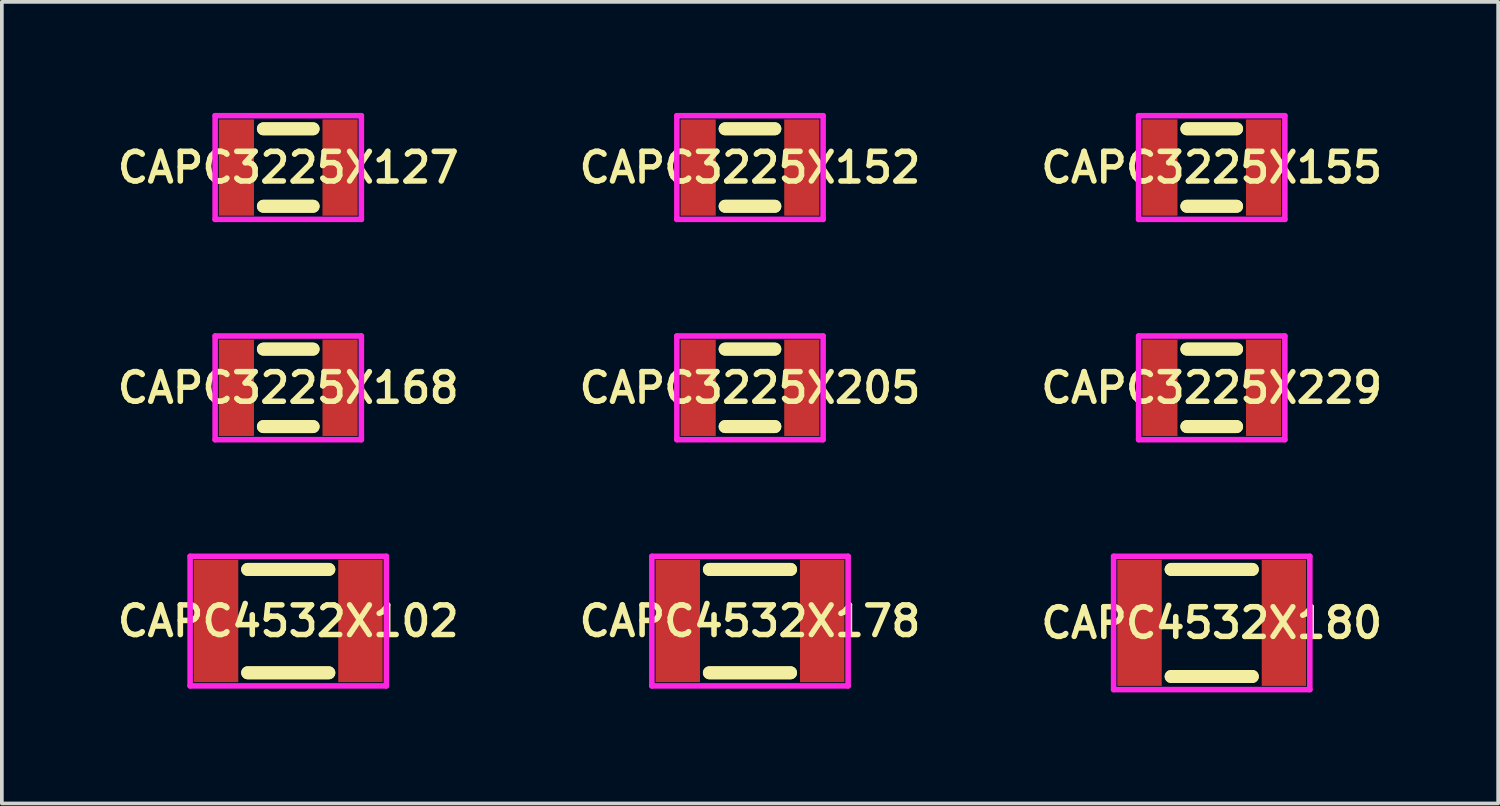
<source format=kicad_pcb>
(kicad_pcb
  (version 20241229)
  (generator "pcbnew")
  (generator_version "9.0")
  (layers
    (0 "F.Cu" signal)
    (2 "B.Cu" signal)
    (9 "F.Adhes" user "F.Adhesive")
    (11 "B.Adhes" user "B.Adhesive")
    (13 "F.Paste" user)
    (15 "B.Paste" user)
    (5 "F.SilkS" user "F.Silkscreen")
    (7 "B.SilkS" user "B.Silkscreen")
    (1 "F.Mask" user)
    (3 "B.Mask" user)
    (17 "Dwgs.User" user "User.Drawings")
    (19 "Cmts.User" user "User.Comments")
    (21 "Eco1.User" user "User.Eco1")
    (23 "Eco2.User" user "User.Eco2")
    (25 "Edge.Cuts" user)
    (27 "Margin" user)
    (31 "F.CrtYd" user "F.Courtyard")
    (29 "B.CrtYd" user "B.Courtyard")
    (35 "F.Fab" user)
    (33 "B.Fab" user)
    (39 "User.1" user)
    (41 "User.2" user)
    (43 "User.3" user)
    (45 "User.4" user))
  (footprint "CAPC4532X102"
    (layer "F.Cu")
    (at 4.735 13.725)
    (property "Reference" "CAPC4532X102" (at 0 0 0) (layer "F.SilkS") (effects (font (size 0.8 0.8) (thickness 0.15))))
    (attr smd)
    (fp_line (start -1.096 -1.396) (end 1.096 -1.396) (stroke (width 0.35) (type solid)) (layer "F.SilkS"))
    (fp_line (start -1.096 1.396) (end 1.096 1.396) (stroke (width 0.35) (type solid)) (layer "F.SilkS"))
    (fp_line (start 1.096 -1.396) (end -1.096 -1.396) (stroke (width 0.35) (type solid)) (layer "F.SilkS"))
    (fp_line (start 1.096 1.396) (end -1.096 1.396) (stroke (width 0.35) (type solid)) (layer "F.SilkS"))
    (fp_line (start -2.65 -1.75) (end 2.65 -1.75) (stroke (width 0.15) (type solid)) (layer "F.CrtYd"))
    (fp_line (start -2.65 1.75) (end -2.65 -1.75) (stroke (width 0.15) (type solid)) (layer "F.CrtYd"))
    (fp_line (start 2.65 -1.75) (end 2.65 1.75) (stroke (width 0.15) (type solid)) (layer "F.CrtYd"))
    (fp_line (start 2.65 1.75) (end -2.65 1.75) (stroke (width 0.15) (type solid)) (layer "F.CrtYd"))
    (pad "1" smd rect (at -1.95 0) (size 1.2 3.3) (layers "F.Cu" "F.Mask" "F.Paste"))
    (pad "2" smd rect (at 1.95 0) (size 1.2 3.3) (layers "F.Cu" "F.Mask" "F.Paste")))
  (footprint "CAPC3225X168"
    (layer "F.Cu")
    (at 4.735 7.425)
    (property "Reference" "CAPC3225X168" (at 0 0 0) (layer "F.SilkS") (effects (font (size 0.8 0.8) (thickness 0.15))))
    (attr smd)
    (fp_line (start -0.671 -1.046) (end 0.671 -1.046) (stroke (width 0.35) (type solid)) (layer "F.SilkS"))
    (fp_line (start -0.671 1.046) (end 0.671 1.046) (stroke (width 0.35) (type solid)) (layer "F.SilkS"))
    (fp_line (start 0.671 -1.046) (end -0.671 -1.046) (stroke (width 0.35) (type solid)) (layer "F.SilkS"))
    (fp_line (start 0.671 1.046) (end -0.671 1.046) (stroke (width 0.35) (type solid)) (layer "F.SilkS"))
    (fp_line (start -1.975 -1.4) (end 1.975 -1.4) (stroke (width 0.15) (type solid)) (layer "F.CrtYd"))
    (fp_line (start -1.975 1.4) (end -1.975 -1.4) (stroke (width 0.15) (type solid)) (layer "F.CrtYd"))
    (fp_line (start 1.975 -1.4) (end 1.975 1.4) (stroke (width 0.15) (type solid)) (layer "F.CrtYd"))
    (fp_line (start 1.975 1.4) (end -1.975 1.4) (stroke (width 0.15) (type solid)) (layer "F.CrtYd"))
    (pad "1" smd rect (at -1.4 0) (size 0.95 2.6) (layers "F.Cu" "F.Mask" "F.Paste"))
    (pad "2" smd rect (at 1.4 0) (size 0.95 2.6) (layers "F.Cu" "F.Mask" "F.Paste")))
  (footprint "CAPC3225X205"
    (layer "F.Cu")
    (at 17.206 7.425)
    (property "Reference" "CAPC3225X205" (at 0 0 0) (layer "F.SilkS") (effects (font (size 0.8 0.8) (thickness 0.15))))
    (attr smd)
    (fp_line (start -0.671 -1.046) (end 0.671 -1.046) (stroke (width 0.35) (type solid)) (layer "F.SilkS"))
    (fp_line (start -0.671 1.046) (end 0.671 1.046) (stroke (width 0.35) (type solid)) (layer "F.SilkS"))
    (fp_line (start 0.671 -1.046) (end -0.671 -1.046) (stroke (width 0.35) (type solid)) (layer "F.SilkS"))
    (fp_line (start 0.671 1.046) (end -0.671 1.046) (stroke (width 0.35) (type solid)) (layer "F.SilkS"))
    (fp_line (start -1.975 -1.4) (end 1.975 -1.4) (stroke (width 0.15) (type solid)) (layer "F.CrtYd"))
    (fp_line (start -1.975 1.4) (end -1.975 -1.4) (stroke (width 0.15) (type solid)) (layer "F.CrtYd"))
    (fp_line (start 1.975 -1.4) (end 1.975 1.4) (stroke (width 0.15) (type solid)) (layer "F.CrtYd"))
    (fp_line (start 1.975 1.4) (end -1.975 1.4) (stroke (width 0.15) (type solid)) (layer "F.CrtYd"))
    (pad "1" smd rect (at -1.4 0) (size 0.95 2.6) (layers "F.Cu" "F.Mask" "F.Paste"))
    (pad "2" smd rect (at 1.4 0) (size 0.95 2.6) (layers "F.Cu" "F.Mask" "F.Paste")))
  (footprint "CAPC4532X180"
    (layer "F.Cu")
    (at 29.677 13.775)
    (property "Reference" "CAPC4532X180" (at 0 0 0) (layer "F.SilkS") (effects (font (size 0.8 0.8) (thickness 0.15))))
    (attr smd)
    (fp_line (start -1.096 -1.446) (end 1.096 -1.446) (stroke (width 0.35) (type solid)) (layer "F.SilkS"))
    (fp_line (start -1.096 1.446) (end 1.096 1.446) (stroke (width 0.35) (type solid)) (layer "F.SilkS"))
    (fp_line (start 1.096 -1.446) (end -1.096 -1.446) (stroke (width 0.35) (type solid)) (layer "F.SilkS"))
    (fp_line (start 1.096 1.446) (end -1.096 1.446) (stroke (width 0.35) (type solid)) (layer "F.SilkS"))
    (fp_line (start -2.65 -1.8) (end 2.65 -1.8) (stroke (width 0.15) (type solid)) (layer "F.CrtYd"))
    (fp_line (start -2.65 1.8) (end -2.65 -1.8) (stroke (width 0.15) (type solid)) (layer "F.CrtYd"))
    (fp_line (start 2.65 -1.8) (end 2.65 1.8) (stroke (width 0.15) (type solid)) (layer "F.CrtYd"))
    (fp_line (start 2.65 1.8) (end -2.65 1.8) (stroke (width 0.15) (type solid)) (layer "F.CrtYd"))
    (pad "1" smd rect (at -1.95 0) (size 1.2 3.4) (layers "F.Cu" "F.Mask" "F.Paste"))
    (pad "2" smd rect (at 1.95 0) (size 1.2 3.4) (layers "F.Cu" "F.Mask" "F.Paste")))
  (footprint "CAPC3225X152"
    (layer "F.Cu")
    (at 17.206 1.475)
    (property "Reference" "CAPC3225X152" (at 0 0 0) (layer "F.SilkS") (effects (font (size 0.8 0.8) (thickness 0.15))))
    (attr smd)
    (fp_line (start -0.671 -1.046) (end 0.671 -1.046) (stroke (width 0.35) (type solid)) (layer "F.SilkS"))
    (fp_line (start -0.671 1.046) (end 0.671 1.046) (stroke (width 0.35) (type solid)) (layer "F.SilkS"))
    (fp_line (start 0.671 -1.046) (end -0.671 -1.046) (stroke (width 0.35) (type solid)) (layer "F.SilkS"))
    (fp_line (start 0.671 1.046) (end -0.671 1.046) (stroke (width 0.35) (type solid)) (layer "F.SilkS"))
    (fp_line (start -1.975 -1.4) (end 1.975 -1.4) (stroke (width 0.15) (type solid)) (layer "F.CrtYd"))
    (fp_line (start -1.975 1.4) (end -1.975 -1.4) (stroke (width 0.15) (type solid)) (layer "F.CrtYd"))
    (fp_line (start 1.975 -1.4) (end 1.975 1.4) (stroke (width 0.15) (type solid)) (layer "F.CrtYd"))
    (fp_line (start 1.975 1.4) (end -1.975 1.4) (stroke (width 0.15) (type solid)) (layer "F.CrtYd"))
    (pad "1" smd rect (at -1.4 0) (size 0.95 2.6) (layers "F.Cu" "F.Mask" "F.Paste"))
    (pad "2" smd rect (at 1.4 0) (size 0.95 2.6) (layers "F.Cu" "F.Mask" "F.Paste")))
  (footprint "CAPC3225X127"
    (layer "F.Cu")
    (at 4.735 1.475)
    (property "Reference" "CAPC3225X127" (at 0 0 0) (layer "F.SilkS") (effects (font (size 0.8 0.8) (thickness 0.15))))
    (attr smd)
    (fp_line (start -0.671 -1.046) (end 0.671 -1.046) (stroke (width 0.35) (type solid)) (layer "F.SilkS"))
    (fp_line (start -0.671 1.046) (end 0.671 1.046) (stroke (width 0.35) (type solid)) (layer "F.SilkS"))
    (fp_line (start 0.671 -1.046) (end -0.671 -1.046) (stroke (width 0.35) (type solid)) (layer "F.SilkS"))
    (fp_line (start 0.671 1.046) (end -0.671 1.046) (stroke (width 0.35) (type solid)) (layer "F.SilkS"))
    (fp_line (start -1.975 -1.4) (end 1.975 -1.4) (stroke (width 0.15) (type solid)) (layer "F.CrtYd"))
    (fp_line (start -1.975 1.4) (end -1.975 -1.4) (stroke (width 0.15) (type solid)) (layer "F.CrtYd"))
    (fp_line (start 1.975 -1.4) (end 1.975 1.4) (stroke (width 0.15) (type solid)) (layer "F.CrtYd"))
    (fp_line (start 1.975 1.4) (end -1.975 1.4) (stroke (width 0.15) (type solid)) (layer "F.CrtYd"))
    (pad "1" smd rect (at -1.4 0) (size 0.95 2.6) (layers "F.Cu" "F.Mask" "F.Paste"))
    (pad "2" smd rect (at 1.4 0) (size 0.95 2.6) (layers "F.Cu" "F.Mask" "F.Paste")))
  (footprint "CAPC3225X155"
    (layer "F.Cu")
    (at 29.677 1.475)
    (property "Reference" "CAPC3225X155" (at 0 0 0) (layer "F.SilkS") (effects (font (size 0.8 0.8) (thickness 0.15))))
    (attr smd)
    (fp_line (start -0.671 -1.046) (end 0.671 -1.046) (stroke (width 0.35) (type solid)) (layer "F.SilkS"))
    (fp_line (start -0.671 1.046) (end 0.671 1.046) (stroke (width 0.35) (type solid)) (layer "F.SilkS"))
    (fp_line (start 0.671 -1.046) (end -0.671 -1.046) (stroke (width 0.35) (type solid)) (layer "F.SilkS"))
    (fp_line (start 0.671 1.046) (end -0.671 1.046) (stroke (width 0.35) (type solid)) (layer "F.SilkS"))
    (fp_line (start -1.975 -1.4) (end 1.975 -1.4) (stroke (width 0.15) (type solid)) (layer "F.CrtYd"))
    (fp_line (start -1.975 1.4) (end -1.975 -1.4) (stroke (width 0.15) (type solid)) (layer "F.CrtYd"))
    (fp_line (start 1.975 -1.4) (end 1.975 1.4) (stroke (width 0.15) (type solid)) (layer "F.CrtYd"))
    (fp_line (start 1.975 1.4) (end -1.975 1.4) (stroke (width 0.15) (type solid)) (layer "F.CrtYd"))
    (pad "1" smd rect (at -1.4 0) (size 0.95 2.6) (layers "F.Cu" "F.Mask" "F.Paste"))
    (pad "2" smd rect (at 1.4 0) (size 0.95 2.6) (layers "F.Cu" "F.Mask" "F.Paste")))
  (footprint "CAPC3225X229"
    (layer "F.Cu")
    (at 29.677 7.425)
    (property "Reference" "CAPC3225X229" (at 0 0 0) (layer "F.SilkS") (effects (font (size 0.8 0.8) (thickness 0.15))))
    (attr smd)
    (fp_line (start -0.671 -1.046) (end 0.671 -1.046) (stroke (width 0.35) (type solid)) (layer "F.SilkS"))
    (fp_line (start -0.671 1.046) (end 0.671 1.046) (stroke (width 0.35) (type solid)) (layer "F.SilkS"))
    (fp_line (start 0.671 -1.046) (end -0.671 -1.046) (stroke (width 0.35) (type solid)) (layer "F.SilkS"))
    (fp_line (start 0.671 1.046) (end -0.671 1.046) (stroke (width 0.35) (type solid)) (layer "F.SilkS"))
    (fp_line (start -1.975 -1.4) (end 1.975 -1.4) (stroke (width 0.15) (type solid)) (layer "F.CrtYd"))
    (fp_line (start -1.975 1.4) (end -1.975 -1.4) (stroke (width 0.15) (type solid)) (layer "F.CrtYd"))
    (fp_line (start 1.975 -1.4) (end 1.975 1.4) (stroke (width 0.15) (type solid)) (layer "F.CrtYd"))
    (fp_line (start 1.975 1.4) (end -1.975 1.4) (stroke (width 0.15) (type solid)) (layer "F.CrtYd"))
    (pad "1" smd rect (at -1.4 0) (size 0.95 2.6) (layers "F.Cu" "F.Mask" "F.Paste"))
    (pad "2" smd rect (at 1.4 0) (size 0.95 2.6) (layers "F.Cu" "F.Mask" "F.Paste")))
  (footprint "CAPC4532X178"
    (layer "F.Cu")
    (at 17.206 13.725)
    (property "Reference" "CAPC4532X178" (at 0 0 0) (layer "F.SilkS") (effects (font (size 0.8 0.8) (thickness 0.15))))
    (attr smd)
    (fp_line (start -1.096 -1.396) (end 1.096 -1.396) (stroke (width 0.35) (type solid)) (layer "F.SilkS"))
    (fp_line (start -1.096 1.396) (end 1.096 1.396) (stroke (width 0.35) (type solid)) (layer "F.SilkS"))
    (fp_line (start 1.096 -1.396) (end -1.096 -1.396) (stroke (width 0.35) (type solid)) (layer "F.SilkS"))
    (fp_line (start 1.096 1.396) (end -1.096 1.396) (stroke (width 0.35) (type solid)) (layer "F.SilkS"))
    (fp_line (start -2.65 -1.75) (end 2.65 -1.75) (stroke (width 0.15) (type solid)) (layer "F.CrtYd"))
    (fp_line (start -2.65 1.75) (end -2.65 -1.75) (stroke (width 0.15) (type solid)) (layer "F.CrtYd"))
    (fp_line (start 2.65 -1.75) (end 2.65 1.75) (stroke (width 0.15) (type solid)) (layer "F.CrtYd"))
    (fp_line (start 2.65 1.75) (end -2.65 1.75) (stroke (width 0.15) (type solid)) (layer "F.CrtYd"))
    (pad "1" smd rect (at -1.95 0) (size 1.2 3.3) (layers "F.Cu" "F.Mask" "F.Paste"))
    (pad "2" smd rect (at 1.95 0) (size 1.2 3.3) (layers "F.Cu" "F.Mask" "F.Paste")))
  (gr_rect
    (start -3 -3)
    (end 37.413 18.65)
    (stroke (width 0.1) (type default))
    (fill no)
    (layer "Edge.Cuts")))
</source>
